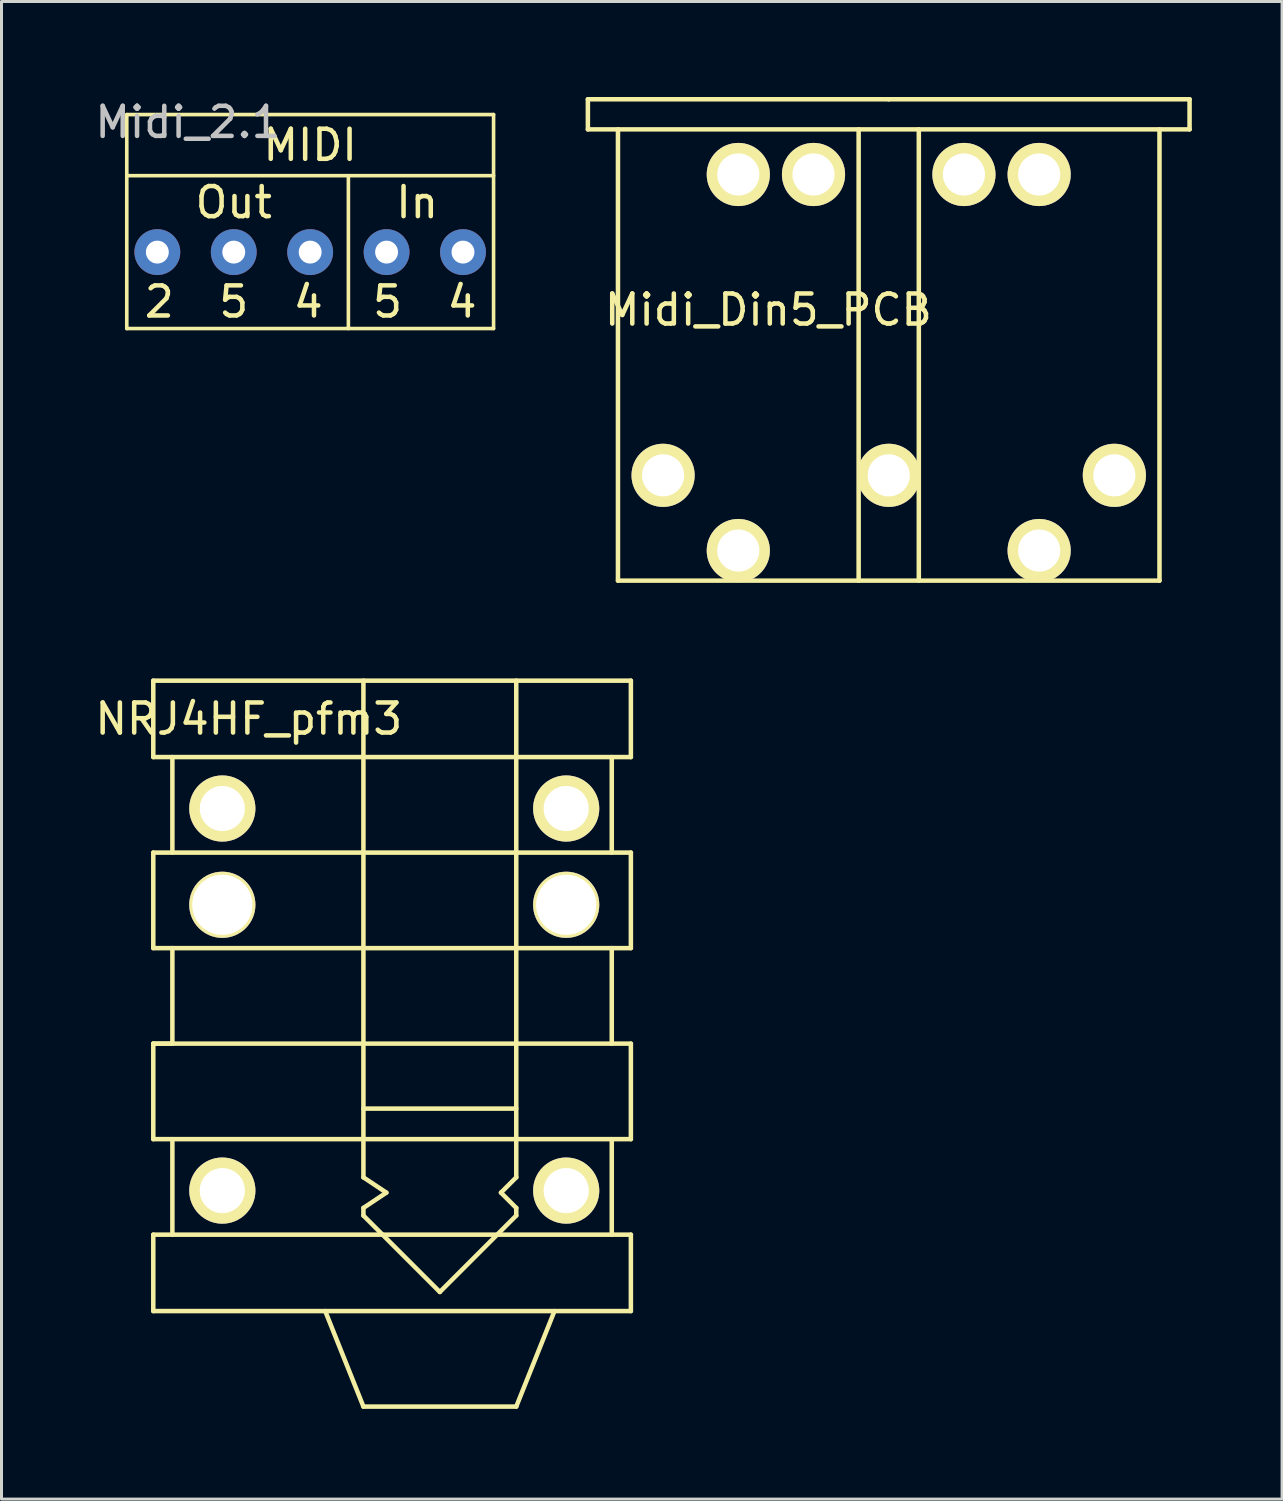
<source format=kicad_pcb>
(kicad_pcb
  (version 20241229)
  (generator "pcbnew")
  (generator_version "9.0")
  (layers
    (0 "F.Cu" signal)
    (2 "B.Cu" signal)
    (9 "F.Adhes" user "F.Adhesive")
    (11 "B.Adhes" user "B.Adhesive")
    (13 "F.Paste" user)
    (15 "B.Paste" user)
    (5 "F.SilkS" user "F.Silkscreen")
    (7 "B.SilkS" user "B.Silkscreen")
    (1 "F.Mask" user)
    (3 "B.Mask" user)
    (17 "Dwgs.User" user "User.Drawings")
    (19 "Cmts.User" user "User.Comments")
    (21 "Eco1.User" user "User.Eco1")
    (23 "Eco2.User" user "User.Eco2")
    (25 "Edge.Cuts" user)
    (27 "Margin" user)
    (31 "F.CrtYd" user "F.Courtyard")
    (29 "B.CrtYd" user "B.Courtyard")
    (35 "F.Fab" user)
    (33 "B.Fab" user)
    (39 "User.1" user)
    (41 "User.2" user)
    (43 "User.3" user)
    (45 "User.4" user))
  (footprint "Midi_2.1"
    (layer "F.Cu")
    (at 7.26 0.25)
    (property "Reference" "Midi_2.1" (at -4.064 0.762 0) (layer "Dwgs.User") (effects (font (size 1 1) (thickness 0.15))))
    (attr through_hole)
    (fp_line (start -6.096 0.508) (end 6.096 0.508) (stroke (width 0.12) (type solid)) (layer "F.SilkS"))
    (fp_line (start -6.096 2.54) (end 6.096 2.54) (stroke (width 0.12) (type solid)) (layer "F.SilkS"))
    (fp_line (start -6.096 7.62) (end -6.096 0.508) (stroke (width 0.12) (type solid)) (layer "F.SilkS"))
    (fp_line (start -6.096 7.62) (end 6.096 7.62) (stroke (width 0.12) (type solid)) (layer "F.SilkS"))
    (fp_line (start 1.27 2.54) (end 1.27 7.62) (stroke (width 0.12) (type solid)) (layer "F.SilkS"))
    (fp_line (start 6.096 0.508) (end 6.096 7.62) (stroke (width 0.12) (type solid)) (layer "F.SilkS"))
    (fp_text user "Out" (at -2.54 3.429 0) (layer "F.SilkS") (effects (font (size 1 1) (thickness 0.15))))
    (fp_text user "5  4" (at 3.81 6.731 0) (layer "F.SilkS") (effects (font (size 1 1) (thickness 0.15))))
    (fp_text user "MIDI" (at 0 1.524 180) (layer "F.SilkS") (effects (font (size 1 1) (thickness 0.15))))
    (fp_text user "In" (at 3.556 3.429 0) (layer "F.SilkS") (effects (font (size 1 1) (thickness 0.15))))
    (fp_text user "2  5  4" (at -2.54 6.731 0) (layer "F.SilkS") (effects (font (size 1 1) (thickness 0.15))))
    (pad "1" thru_hole circle (at -5.08 5.08) (size 1.524 1.524) (drill 0.762) (layers "*.Cu" "*.Mask"))
    (pad "2" thru_hole circle (at -2.54 5.08) (size 1.524 1.524) (drill 0.762) (layers "*.Cu" "*.Mask"))
    (pad "3" thru_hole circle (at 0 5.08) (size 1.524 1.524) (drill 0.762) (layers "*.Cu" "*.Mask"))
    (pad "4" thru_hole circle (at 2.54 5.08) (size 1.524 1.524) (drill 0.762) (layers "*.Cu" "*.Mask"))
    (pad "5" thru_hole circle (at 5.08 5.08) (size 1.524 1.524) (drill 0.762) (layers "*.Cu" "*.Mask")))
  (footprint "Midi_Din5_PCB"
    (layer "F.Cu")
    (at 26.491 0.25)
    (property "Reference" "Midi_Din5_PCB" (at -4 7 0) (layer "F.SilkS") (effects (font (size 1 1) (thickness 0.15))))
    (attr through_hole)
    (fp_line (start -10 0) (end -10 1) (stroke (width 0.15) (type solid)) (layer "F.SilkS"))
    (fp_line (start -10 1) (end 10 1) (stroke (width 0.15) (type solid)) (layer "F.SilkS"))
    (fp_line (start -9 1) (end -9 16) (stroke (width 0.15) (type solid)) (layer "F.SilkS"))
    (fp_line (start -9 16) (end 9 16) (stroke (width 0.15) (type solid)) (layer "F.SilkS"))
    (fp_line (start -1 1) (end -1 16) (stroke (width 0.15) (type solid)) (layer "F.SilkS"))
    (fp_line (start 0 0) (end -10 0) (stroke (width 0.15) (type solid)) (layer "F.SilkS"))
    (fp_line (start 1 16) (end 1 1) (stroke (width 0.15) (type solid)) (layer "F.SilkS"))
    (fp_line (start 9 16) (end 9 1) (stroke (width 0.15) (type solid)) (layer "F.SilkS"))
    (fp_line (start 10 0) (end 0 0) (stroke (width 0.15) (type solid)) (layer "F.SilkS"))
    (fp_line (start 10 1) (end 10 0) (stroke (width 0.15) (type solid)) (layer "F.SilkS"))
    (pad "" thru_hole circle (at -5 2.5) (size 2.1 2.1) (drill 1.4) (layers "*.Cu" "*.Mask" "F.SilkS"))
    (pad "" thru_hole circle (at -2.5 2.5) (size 2.1 2.1) (drill 1.4) (layers "*.Cu" "*.Mask" "F.SilkS"))
    (pad "" thru_hole circle (at 2.5 2.5) (size 2.1 2.1) (drill 1.4) (layers "*.Cu" "*.Mask" "F.SilkS"))
    (pad "" thru_hole circle (at 5 2.5) (size 2.1 2.1) (drill 1.4) (layers "*.Cu" "*.Mask" "F.SilkS"))
    (pad "1" thru_hole circle (at -7.5 12.5) (size 2.1 2.1) (drill 1.4) (layers "*.Cu" "*.Mask" "F.SilkS"))
    (pad "2" thru_hole circle (at 0 12.5) (size 2.1 2.1) (drill 1.4) (layers "*.Cu" "*.Mask" "F.SilkS"))
    (pad "3" thru_hole circle (at 7.5 12.5) (size 2.1 2.1) (drill 1.4) (layers "*.Cu" "*.Mask" "F.SilkS"))
    (pad "4" thru_hole circle (at -5 15) (size 2.1 2.1) (drill 1.4) (layers "*.Cu" "*.Mask" "F.SilkS"))
    (pad "5" thru_hole circle (at 5 15) (size 2.1 2.1) (drill 1.4) (layers "*.Cu" "*.Mask" "F.SilkS")))
  (footprint "NRJ4HF_pfm3"
    (layer "F.Cu")
    (at 11.57 19.575)
    (property "Reference" "NRJ4HF_pfm3" (at -6.35 1.27 0) (layer "F.SilkS") (effects (font (size 1 1) (thickness 0.15))))
    (attr through_hole)
    (fp_line (start -9.525 0) (end -9.525 2.54) (stroke (width 0.15) (type solid)) (layer "F.SilkS"))
    (fp_line (start -9.525 0) (end 6.35 0) (stroke (width 0.15) (type solid)) (layer "F.SilkS"))
    (fp_line (start -9.525 2.54) (end 6.35 2.54) (stroke (width 0.15) (type solid)) (layer "F.SilkS"))
    (fp_line (start -9.525 5.715) (end -9.525 8.89) (stroke (width 0.15) (type solid)) (layer "F.SilkS"))
    (fp_line (start -9.525 5.715) (end 6.35 5.715) (stroke (width 0.15) (type solid)) (layer "F.SilkS"))
    (fp_line (start -9.525 8.89) (end 6.35 8.89) (stroke (width 0.15) (type solid)) (layer "F.SilkS"))
    (fp_line (start -9.525 12.065) (end -9.525 15.24) (stroke (width 0.15) (type solid)) (layer "F.SilkS"))
    (fp_line (start -9.525 12.065) (end 6.35 12.065) (stroke (width 0.15) (type solid)) (layer "F.SilkS"))
    (fp_line (start -9.525 15.24) (end 6.35 15.24) (stroke (width 0.15) (type solid)) (layer "F.SilkS"))
    (fp_line (start -9.525 18.415) (end -9.525 20.955) (stroke (width 0.15) (type solid)) (layer "F.SilkS"))
    (fp_line (start -9.525 18.415) (end 6.35 18.415) (stroke (width 0.15) (type solid)) (layer "F.SilkS"))
    (fp_line (start -8.89 2.54) (end -8.89 5.715) (stroke (width 0.15) (type solid)) (layer "F.SilkS"))
    (fp_line (start -8.89 8.89) (end -8.89 12.065) (stroke (width 0.15) (type solid)) (layer "F.SilkS"))
    (fp_line (start -8.89 12.065) (end -9.525 12.065) (stroke (width 0.15) (type solid)) (layer "F.SilkS"))
    (fp_line (start -8.89 15.24) (end -8.89 18.415) (stroke (width 0.15) (type solid)) (layer "F.SilkS"))
    (fp_line (start -2.54 0) (end -2.54 16.51) (stroke (width 0.15) (type solid)) (layer "F.SilkS"))
    (fp_line (start -2.54 14.224) (end 2.54 14.224) (stroke (width 0.15) (type solid)) (layer "F.SilkS"))
    (fp_line (start -2.54 16.51) (end -1.778 17.018) (stroke (width 0.15) (type solid)) (layer "F.SilkS"))
    (fp_line (start -2.54 17.78) (end -2.54 17.526) (stroke (width 0.15) (type solid)) (layer "F.SilkS"))
    (fp_line (start -2.54 17.78) (end 0 20.32) (stroke (width 0.15) (type solid)) (layer "F.SilkS"))
    (fp_line (start -2.54 24.13) (end -3.81 20.955) (stroke (width 0.15) (type solid)) (layer "F.SilkS"))
    (fp_line (start -2.54 24.13) (end 2.54 24.13) (stroke (width 0.15) (type solid)) (layer "F.SilkS"))
    (fp_line (start -1.778 17.018) (end -2.54 17.526) (stroke (width 0.15) (type solid)) (layer "F.SilkS"))
    (fp_line (start 0 20.32) (end 2.54 17.78) (stroke (width 0.15) (type solid)) (layer "F.SilkS"))
    (fp_line (start 2.032 17.018) (end 2.54 17.526) (stroke (width 0.15) (type solid)) (layer "F.SilkS"))
    (fp_line (start 2.54 16.51) (end 2.032 17.018) (stroke (width 0.15) (type solid)) (layer "F.SilkS"))
    (fp_line (start 2.54 16.51) (end 2.54 0) (stroke (width 0.15) (type solid)) (layer "F.SilkS"))
    (fp_line (start 2.54 17.78) (end 2.54 17.526) (stroke (width 0.15) (type solid)) (layer "F.SilkS"))
    (fp_line (start 2.54 24.13) (end 3.81 20.955) (stroke (width 0.15) (type solid)) (layer "F.SilkS"))
    (fp_line (start 5.715 5.715) (end 5.715 2.54) (stroke (width 0.15) (type solid)) (layer "F.SilkS"))
    (fp_line (start 5.715 12.065) (end 5.715 8.89) (stroke (width 0.15) (type solid)) (layer "F.SilkS"))
    (fp_line (start 5.715 18.415) (end 5.715 15.24) (stroke (width 0.15) (type solid)) (layer "F.SilkS"))
    (fp_line (start 6.35 2.54) (end 6.35 0) (stroke (width 0.15) (type solid)) (layer "F.SilkS"))
    (fp_line (start 6.35 8.89) (end 6.35 5.715) (stroke (width 0.15) (type solid)) (layer "F.SilkS"))
    (fp_line (start 6.35 15.24) (end 6.35 12.065) (stroke (width 0.15) (type solid)) (layer "F.SilkS"))
    (fp_line (start 6.35 20.955) (end -9.525 20.955) (stroke (width 0.15) (type solid)) (layer "F.SilkS"))
    (fp_line (start 6.35 20.955) (end 6.35 18.415) (stroke (width 0.15) (type solid)) (layer "F.SilkS"))
    (pad "" np_thru_hole circle (at -7.23 7.45) (size 2.2 2.2) (drill 2) (layers "*.Cu" "*.Mask" "F.SilkS"))
    (pad "" np_thru_hole circle (at 4.2 7.45) (size 2.2 2.2) (drill 2) (layers "*.Cu" "*.Mask" "F.SilkS"))
    (pad "S" thru_hole circle (at -7.23 16.95) (size 2.2 2.2) (drill 1.5) (layers "*.Cu" "*.Mask" "F.SilkS"))
    (pad "SN" thru_hole circle (at 4.2 16.95) (size 2.2 2.2) (drill 1.5) (layers "*.Cu" "*.Mask" "F.SilkS"))
    (pad "T" thru_hole circle (at -7.23 4.25) (size 2.2 2.2) (drill 1.5) (layers "*.Cu" "*.Mask" "F.SilkS"))
    (pad "TN" thru_hole circle (at 4.2 4.25) (size 2.2 2.2) (drill 1.5) (layers "*.Cu" "*.Mask" "F.SilkS")))
  (gr_rect
    (start -3 -3)
    (end 39.566 46.78)
    (stroke (width 0.1) (type default))
    (fill no)
    (layer "Edge.Cuts")))
</source>
